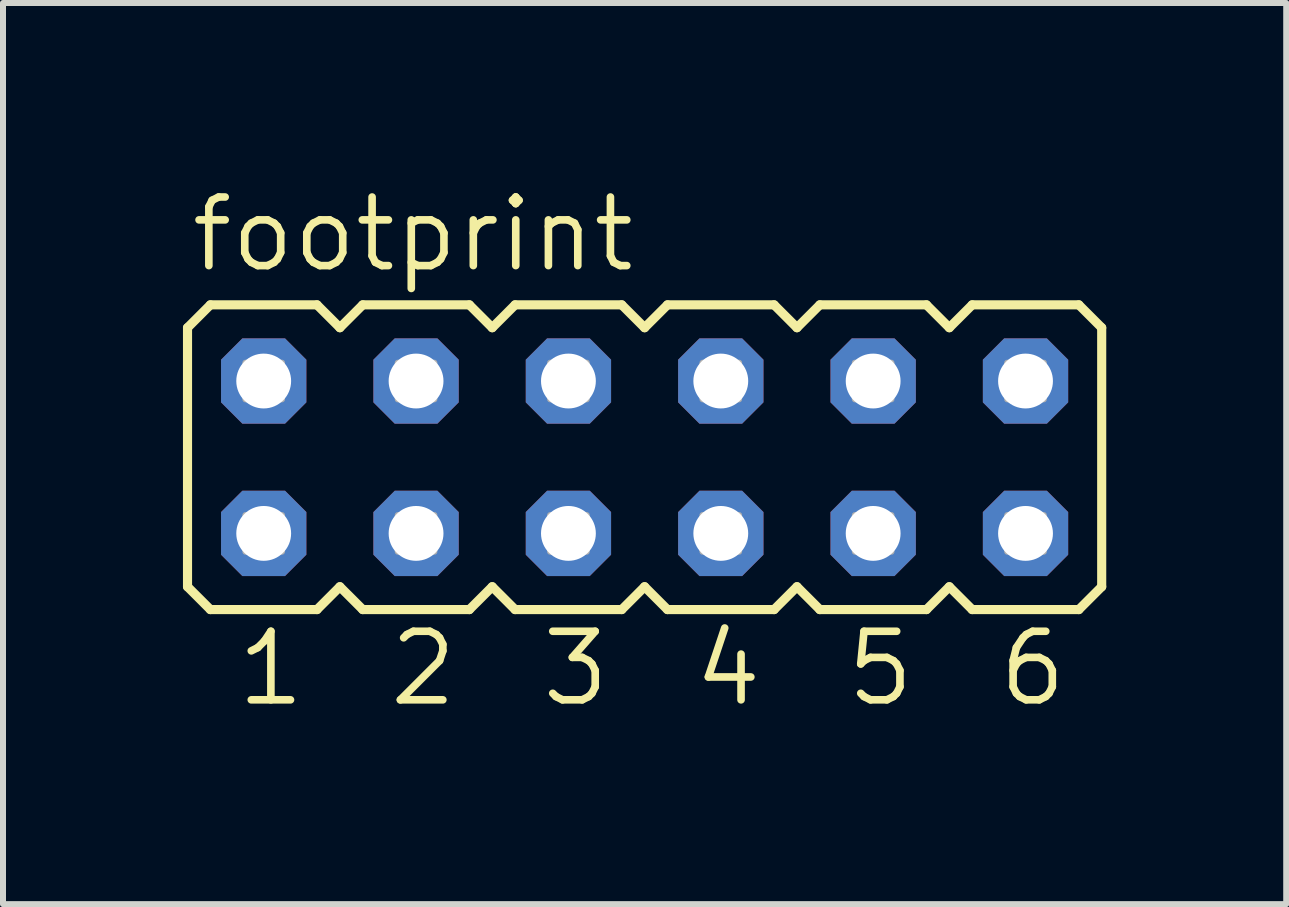
<source format=kicad_pcb>
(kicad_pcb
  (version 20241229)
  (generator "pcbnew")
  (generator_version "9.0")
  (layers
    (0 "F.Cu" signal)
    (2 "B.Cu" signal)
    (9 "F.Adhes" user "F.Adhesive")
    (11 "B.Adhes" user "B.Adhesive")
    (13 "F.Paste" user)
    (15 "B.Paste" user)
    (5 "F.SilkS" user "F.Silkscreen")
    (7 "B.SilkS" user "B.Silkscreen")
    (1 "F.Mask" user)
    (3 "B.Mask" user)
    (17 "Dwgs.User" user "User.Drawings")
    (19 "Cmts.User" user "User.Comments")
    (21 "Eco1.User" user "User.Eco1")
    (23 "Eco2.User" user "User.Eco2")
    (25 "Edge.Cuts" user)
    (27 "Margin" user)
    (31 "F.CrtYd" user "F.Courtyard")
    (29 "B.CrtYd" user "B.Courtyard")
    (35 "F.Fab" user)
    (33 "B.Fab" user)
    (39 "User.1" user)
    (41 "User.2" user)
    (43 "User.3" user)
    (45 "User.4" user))
  (footprint "footprint"
    (layer "F.Cu")
    (at 7.696 4.572)
    (property "Reference" "footprint" (at -7.62 -3.048 0) (layer "F.SilkS") (effects (font (size 1.143 1.143) (thickness 0.127)) (justify left bottom)))
    (fp_line (start -7.62 -2.159) (end -7.239 -2.54) (stroke (width 0.152) (type solid)) (layer "F.SilkS"))
    (fp_line (start -7.62 2.159) (end -7.62 -2.159) (stroke (width 0.152) (type solid)) (layer "F.SilkS"))
    (fp_line (start -7.62 2.159) (end -7.239 2.54) (stroke (width 0.152) (type solid)) (layer "F.SilkS"))
    (fp_line (start -7.239 -2.54) (end -5.461 -2.54) (stroke (width 0.152) (type solid)) (layer "F.SilkS"))
    (fp_line (start -7.239 2.54) (end -5.461 2.54) (stroke (width 0.152) (type solid)) (layer "F.SilkS"))
    (fp_line (start -5.461 -2.54) (end -5.08 -2.159) (stroke (width 0.152) (type solid)) (layer "F.SilkS"))
    (fp_line (start -5.08 -2.159) (end -4.699 -2.54) (stroke (width 0.152) (type solid)) (layer "F.SilkS"))
    (fp_line (start -5.08 2.159) (end -5.461 2.54) (stroke (width 0.152) (type solid)) (layer "F.SilkS"))
    (fp_line (start -5.08 2.159) (end -4.699 2.54) (stroke (width 0.152) (type solid)) (layer "F.SilkS"))
    (fp_line (start -4.699 -2.54) (end -2.921 -2.54) (stroke (width 0.152) (type solid)) (layer "F.SilkS"))
    (fp_line (start -2.921 2.54) (end -4.699 2.54) (stroke (width 0.152) (type solid)) (layer "F.SilkS"))
    (fp_line (start -2.54 -2.159) (end -2.921 -2.54) (stroke (width 0.152) (type solid)) (layer "F.SilkS"))
    (fp_line (start -2.54 -2.159) (end -2.159 -2.54) (stroke (width 0.152) (type solid)) (layer "F.SilkS"))
    (fp_line (start -2.54 2.159) (end -2.921 2.54) (stroke (width 0.152) (type solid)) (layer "F.SilkS"))
    (fp_line (start -2.54 2.159) (end -2.159 2.54) (stroke (width 0.152) (type solid)) (layer "F.SilkS"))
    (fp_line (start -2.159 -2.54) (end -0.381 -2.54) (stroke (width 0.152) (type solid)) (layer "F.SilkS"))
    (fp_line (start -0.381 2.54) (end -2.159 2.54) (stroke (width 0.152) (type solid)) (layer "F.SilkS"))
    (fp_line (start -0.381 2.54) (end 0 2.159) (stroke (width 0.152) (type solid)) (layer "F.SilkS"))
    (fp_line (start 0 -2.159) (end -0.381 -2.54) (stroke (width 0.152) (type solid)) (layer "F.SilkS"))
    (fp_line (start 0 -2.159) (end 0.381 -2.54) (stroke (width 0.152) (type solid)) (layer "F.SilkS"))
    (fp_line (start 0 2.159) (end 0.381 2.54) (stroke (width 0.152) (type solid)) (layer "F.SilkS"))
    (fp_line (start 0.381 -2.54) (end 2.159 -2.54) (stroke (width 0.152) (type solid)) (layer "F.SilkS"))
    (fp_line (start 2.159 2.54) (end 0.381 2.54) (stroke (width 0.152) (type solid)) (layer "F.SilkS"))
    (fp_line (start 2.159 2.54) (end 2.54 2.159) (stroke (width 0.152) (type solid)) (layer "F.SilkS"))
    (fp_line (start 2.54 -2.159) (end 2.159 -2.54) (stroke (width 0.152) (type solid)) (layer "F.SilkS"))
    (fp_line (start 2.54 -2.159) (end 2.921 -2.54) (stroke (width 0.152) (type solid)) (layer "F.SilkS"))
    (fp_line (start 2.54 2.159) (end 2.921 2.54) (stroke (width 0.152) (type solid)) (layer "F.SilkS"))
    (fp_line (start 2.921 -2.54) (end 4.699 -2.54) (stroke (width 0.152) (type solid)) (layer "F.SilkS"))
    (fp_line (start 4.699 2.54) (end 2.921 2.54) (stroke (width 0.152) (type solid)) (layer "F.SilkS"))
    (fp_line (start 4.699 2.54) (end 5.08 2.159) (stroke (width 0.152) (type solid)) (layer "F.SilkS"))
    (fp_line (start 5.08 -2.159) (end 4.699 -2.54) (stroke (width 0.152) (type solid)) (layer "F.SilkS"))
    (fp_line (start 5.08 -2.159) (end 5.461 -2.54) (stroke (width 0.152) (type solid)) (layer "F.SilkS"))
    (fp_line (start 5.08 2.159) (end 5.461 2.54) (stroke (width 0.152) (type solid)) (layer "F.SilkS"))
    (fp_line (start 5.461 -2.54) (end 7.239 -2.54) (stroke (width 0.152) (type solid)) (layer "F.SilkS"))
    (fp_line (start 7.239 2.54) (end 5.461 2.54) (stroke (width 0.152) (type solid)) (layer "F.SilkS"))
    (fp_line (start 7.239 2.54) (end 7.62 2.159) (stroke (width 0.152) (type solid)) (layer "F.SilkS"))
    (fp_line (start 7.62 -2.159) (end 7.239 -2.54) (stroke (width 0.152) (type solid)) (layer "F.SilkS"))
    (fp_line (start 7.62 -2.159) (end 7.62 2.159) (stroke (width 0.152) (type solid)) (layer "F.SilkS"))
    (fp_poly (pts (xy -6.655 -0.965) (xy -6.045 -0.965) (xy -6.045 -1.575) (xy -6.655 -1.575)) (stroke (width 0.1) (type solid)) (fill no) (layer "F.Fab"))
    (fp_poly (pts (xy -6.655 1.575) (xy -6.045 1.575) (xy -6.045 0.965) (xy -6.655 0.965)) (stroke (width 0.1) (type solid)) (fill no) (layer "F.Fab"))
    (fp_poly (pts (xy -4.115 -0.965) (xy -3.505 -0.965) (xy -3.505 -1.575) (xy -4.115 -1.575)) (stroke (width 0.1) (type solid)) (fill no) (layer "F.Fab"))
    (fp_poly (pts (xy -4.115 1.575) (xy -3.505 1.575) (xy -3.505 0.965) (xy -4.115 0.965)) (stroke (width 0.1) (type solid)) (fill no) (layer "F.Fab"))
    (fp_poly (pts (xy -1.575 -0.965) (xy -0.965 -0.965) (xy -0.965 -1.575) (xy -1.575 -1.575)) (stroke (width 0.1) (type solid)) (fill no) (layer "F.Fab"))
    (fp_poly (pts (xy -1.575 1.575) (xy -0.965 1.575) (xy -0.965 0.965) (xy -1.575 0.965)) (stroke (width 0.1) (type solid)) (fill no) (layer "F.Fab"))
    (fp_poly (pts (xy 0.965 -0.965) (xy 1.575 -0.965) (xy 1.575 -1.575) (xy 0.965 -1.575)) (stroke (width 0.1) (type solid)) (fill no) (layer "F.Fab"))
    (fp_poly (pts (xy 0.965 1.575) (xy 1.575 1.575) (xy 1.575 0.965) (xy 0.965 0.965)) (stroke (width 0.1) (type solid)) (fill no) (layer "F.Fab"))
    (fp_poly (pts (xy 3.505 -0.965) (xy 4.115 -0.965) (xy 4.115 -1.575) (xy 3.505 -1.575)) (stroke (width 0.1) (type solid)) (fill no) (layer "F.Fab"))
    (fp_poly (pts (xy 3.505 1.575) (xy 4.115 1.575) (xy 4.115 0.965) (xy 3.505 0.965)) (stroke (width 0.1) (type solid)) (fill no) (layer "F.Fab"))
    (fp_poly (pts (xy 6.045 -0.965) (xy 6.655 -0.965) (xy 6.655 -1.575) (xy 6.045 -1.575)) (stroke (width 0.1) (type solid)) (fill no) (layer "F.Fab"))
    (fp_poly (pts (xy 6.045 1.575) (xy 6.655 1.575) (xy 6.655 0.965) (xy 6.045 0.965)) (stroke (width 0.1) (type solid)) (fill no) (layer "F.Fab"))
    (fp_text user "5" (at 3.302 4.191 0) (layer "F.SilkS") (effects (font (size 1.143 1.143) (thickness 0.127)) (justify left bottom)))
    (fp_text user "1" (at -6.858 4.191 0) (layer "F.SilkS") (effects (font (size 1.143 1.143) (thickness 0.127)) (justify left bottom)))
    (fp_text user "6" (at 5.842 4.191 0) (layer "F.SilkS") (effects (font (size 1.143 1.143) (thickness 0.127)) (justify left bottom)))
    (fp_text user "2" (at -4.318 4.191 0) (layer "F.SilkS") (effects (font (size 1.143 1.143) (thickness 0.127)) (justify left bottom)))
    (fp_text user "4" (at 0.762 4.191 0) (layer "F.SilkS") (effects (font (size 1.143 1.143) (thickness 0.127)) (justify left bottom)))
    (fp_text user "3" (at -1.778 4.191 0) (layer "F.SilkS") (effects (font (size 1.143 1.143) (thickness 0.127)) (justify left bottom)))
    (pad "1" thru_hole roundrect (at -6.35 1.27) (size 1.422 1.422) (drill 0.914) (layers "*.Cu" "*.Mask") (roundrect_rratio 0.25) (chamfer_ratio 0.25) (chamfer top_left top_right bottom_left bottom_right))
    (pad "2" thru_hole roundrect (at -6.35 -1.27) (size 1.422 1.422) (drill 0.914) (layers "*.Cu" "*.Mask") (roundrect_rratio 0.25) (chamfer_ratio 0.25) (chamfer top_left top_right bottom_left bottom_right))
    (pad "3" thru_hole roundrect (at -3.81 1.27) (size 1.422 1.422) (drill 0.914) (layers "*.Cu" "*.Mask") (roundrect_rratio 0.25) (chamfer_ratio 0.25) (chamfer top_left top_right bottom_left bottom_right))
    (pad "4" thru_hole roundrect (at -3.81 -1.27) (size 1.422 1.422) (drill 0.914) (layers "*.Cu" "*.Mask") (roundrect_rratio 0.25) (chamfer_ratio 0.25) (chamfer top_left top_right bottom_left bottom_right))
    (pad "5" thru_hole roundrect (at -1.27 1.27) (size 1.422 1.422) (drill 0.914) (layers "*.Cu" "*.Mask") (roundrect_rratio 0.25) (chamfer_ratio 0.25) (chamfer top_left top_right bottom_left bottom_right))
    (pad "6" thru_hole roundrect (at -1.27 -1.27) (size 1.422 1.422) (drill 0.914) (layers "*.Cu" "*.Mask") (roundrect_rratio 0.25) (chamfer_ratio 0.25) (chamfer top_left top_right bottom_left bottom_right))
    (pad "7" thru_hole roundrect (at 1.27 1.27) (size 1.422 1.422) (drill 0.914) (layers "*.Cu" "*.Mask") (roundrect_rratio 0.25) (chamfer_ratio 0.25) (chamfer top_left top_right bottom_left bottom_right))
    (pad "8" thru_hole roundrect (at 1.27 -1.27) (size 1.422 1.422) (drill 0.914) (layers "*.Cu" "*.Mask") (roundrect_rratio 0.25) (chamfer_ratio 0.25) (chamfer top_left top_right bottom_left bottom_right))
    (pad "9" thru_hole roundrect (at 3.81 1.27) (size 1.422 1.422) (drill 0.914) (layers "*.Cu" "*.Mask") (roundrect_rratio 0.25) (chamfer_ratio 0.25) (chamfer top_left top_right bottom_left bottom_right))
    (pad "10" thru_hole roundrect (at 3.81 -1.27) (size 1.422 1.422) (drill 0.914) (layers "*.Cu" "*.Mask") (roundrect_rratio 0.25) (chamfer_ratio 0.25) (chamfer top_left top_right bottom_left bottom_right))
    (pad "11" thru_hole roundrect (at 6.35 1.27) (size 1.422 1.422) (drill 0.914) (layers "*.Cu" "*.Mask") (roundrect_rratio 0.25) (chamfer_ratio 0.25) (chamfer top_left top_right bottom_left bottom_right))
    (pad "12" thru_hole roundrect (at 6.35 -1.27) (size 1.422 1.422) (drill 0.914) (layers "*.Cu" "*.Mask") (roundrect_rratio 0.25) (chamfer_ratio 0.25) (chamfer top_left top_right bottom_left bottom_right)))
  (gr_rect
    (start -3 -3)
    (end 18.392 12.022)
    (stroke (width 0.1) (type default))
    (fill no)
    (layer "Edge.Cuts")))
</source>
